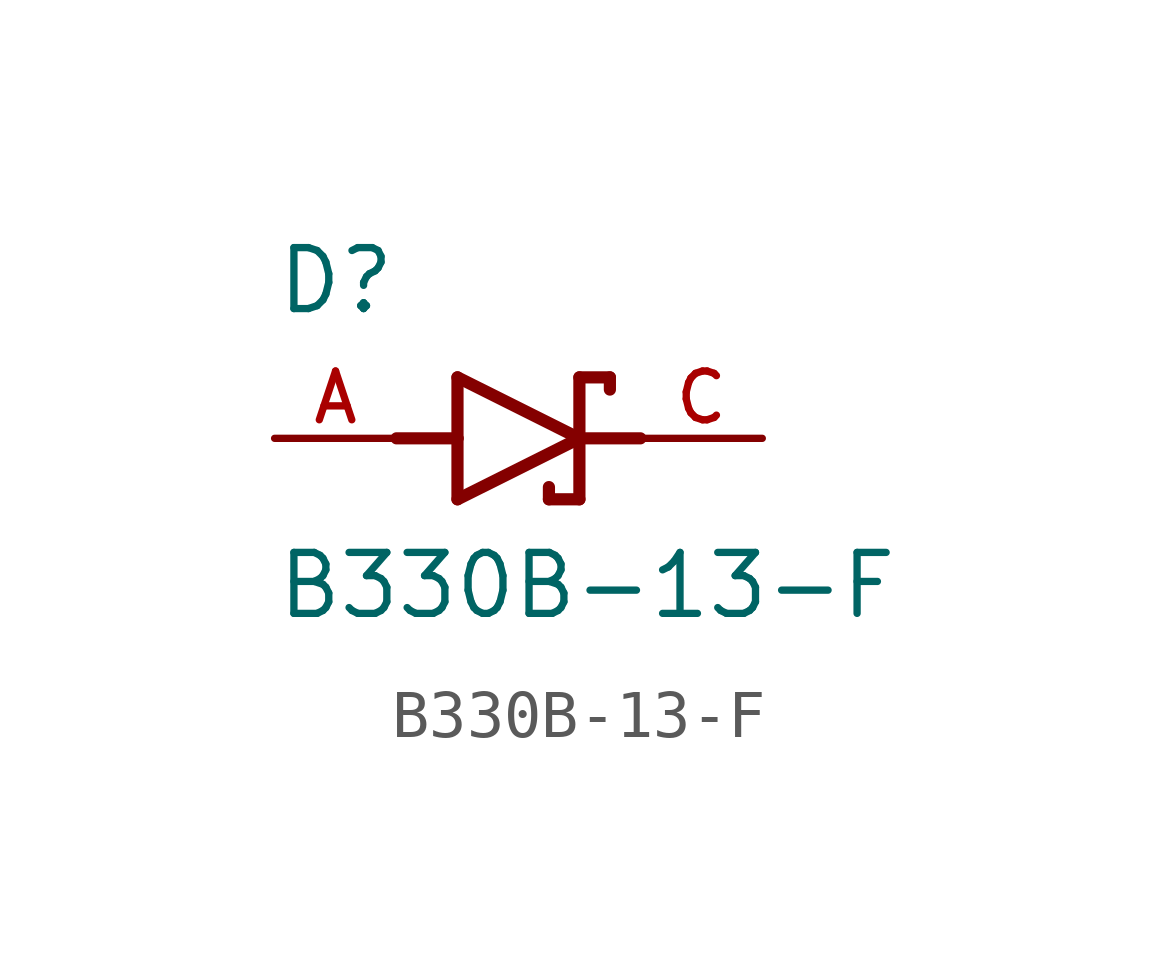
<source format=kicad_sym>
(kicad_symbol_lib
  (version 20211014)
  (generator kicad_symbol_editor)
  (symbol "B330B-13-F"
    (pin_names
      (offset 1.016))
    (property "Reference" "D"
      (at -5.08 2.54 0)
      (effects (font (size 1.27 1.27)) (justify bottom left)))
    (property "Value" "B330B-13-F"
      (at -5.08 -3.81 0)
      (effects (font (size 1.27 1.27)) (justify bottom left)))
    (symbol "B330B-13-F_0_0"
      (polyline (pts (xy -1.27 -1.27) (xy 1.27 0.0)) (stroke (width 0.254)))
      (polyline (pts (xy 1.27 0.0) (xy -1.27 1.27)) (stroke (width 0.254)))
      (polyline (pts (xy 1.905 1.27) (xy 1.27 1.27)) (stroke (width 0.254)))
      (polyline (pts (xy 1.27 1.27) (xy 1.27 0.0)) (stroke (width 0.254)))
      (polyline (pts (xy -1.27 1.27) (xy -1.27 0.0)) (stroke (width 0.254)))
      (polyline (pts (xy -1.27 0.0) (xy -1.27 -1.27)) (stroke (width 0.254)))
      (polyline (pts (xy 1.27 0.0) (xy 1.27 -1.27)) (stroke (width 0.254)))
      (polyline (pts (xy 1.905 1.27) (xy 1.905 1.016)) (stroke (width 0.254)))
      (polyline (pts (xy 1.27 -1.27) (xy 0.635 -1.27)) (stroke (width 0.254)))
      (polyline (pts (xy 0.635 -1.016) (xy 0.635 -1.27)) (stroke (width 0.254)))
      (polyline (pts (xy -2.54 0.0) (xy -1.27 0.0)) (stroke (width 0.254)))
      (polyline (pts (xy 2.54 0.0) (xy 1.27 0.0)) (stroke (width 0.254)))
      (pin passive line (at 5.08 0.0 180.0) (length 2.54) (name "~" (effects (font (size 1.016 1.016)))) (number "C" (effects (font (size 1.016 1.016)))))
      (pin passive line (at -5.08 0.0 0) (length 2.54) (name "~" (effects (font (size 1.016 1.016)))) (number "A" (effects (font (size 1.016 1.016))))))))
</source>
